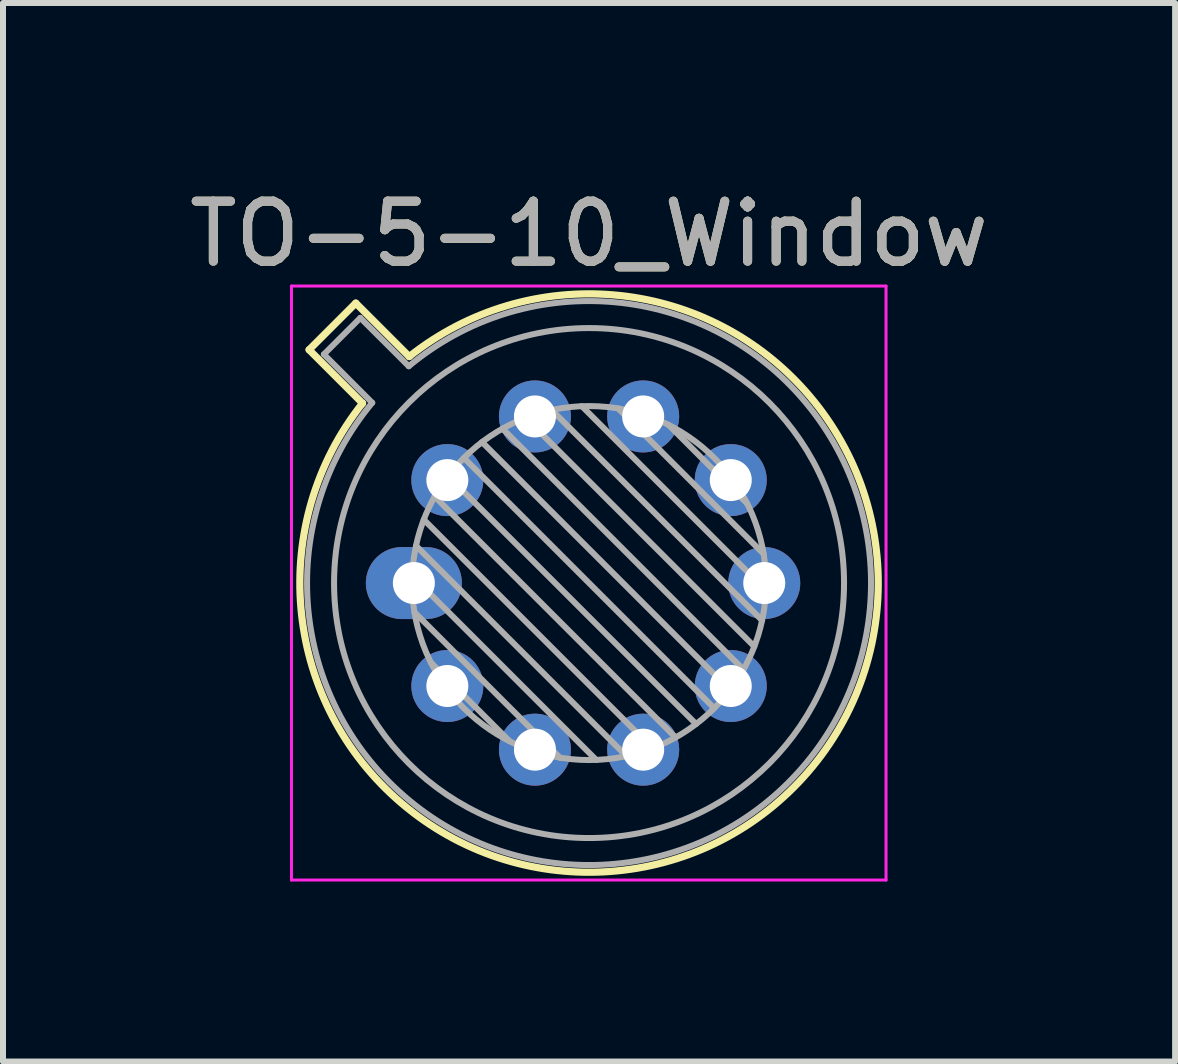
<source format=kicad_pcb>
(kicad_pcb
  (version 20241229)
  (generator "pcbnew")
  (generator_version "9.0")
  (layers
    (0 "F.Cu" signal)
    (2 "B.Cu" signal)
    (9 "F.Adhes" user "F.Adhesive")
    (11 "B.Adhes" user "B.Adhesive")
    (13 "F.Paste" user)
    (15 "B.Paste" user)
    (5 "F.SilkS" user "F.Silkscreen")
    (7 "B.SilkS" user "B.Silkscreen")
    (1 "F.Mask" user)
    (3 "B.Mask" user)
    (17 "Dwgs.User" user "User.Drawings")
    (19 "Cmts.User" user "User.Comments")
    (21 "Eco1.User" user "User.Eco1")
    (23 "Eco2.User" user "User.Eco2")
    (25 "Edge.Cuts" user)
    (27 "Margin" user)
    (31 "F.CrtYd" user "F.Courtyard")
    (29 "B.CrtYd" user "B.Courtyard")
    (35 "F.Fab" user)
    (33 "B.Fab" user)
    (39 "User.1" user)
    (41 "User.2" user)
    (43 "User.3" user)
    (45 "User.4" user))
  (footprint "TO-5-10_Window"
    (layer "F.Cu")
    (at 3.848 6.668)
    (property "Reference" "TO-5-10_Window" (at 2.92 -5.82 0) (layer "F.SilkS") (effects (font (size 1 1) (thickness 0.15))))
    (attr through_hole)
    (fp_line (start -1.746 -3.888) (end -0.855 -2.997) (stroke (width 0.12) (type solid)) (layer "F.SilkS"))
    (fp_line (start -0.968 -4.666) (end -1.746 -3.888) (stroke (width 0.12) (type solid)) (layer "F.SilkS"))
    (fp_line (start -0.077 -3.775) (end -0.968 -4.666) (stroke (width 0.12) (type solid)) (layer "F.SilkS"))
    (fp_arc (start -0.077084 -3.774902) (mid 6.328125 3.408384) (end -0.854674 -2.997371) (stroke (width 0.12) (type solid)) (layer "F.SilkS"))
    (fp_line (start -2.04 -4.95) (end -2.04 4.95) (stroke (width 0.05) (type solid)) (layer "F.CrtYd"))
    (fp_line (start -2.04 4.95) (end 7.87 4.95) (stroke (width 0.05) (type solid)) (layer "F.CrtYd"))
    (fp_line (start 7.87 -4.95) (end -2.04 -4.95) (stroke (width 0.05) (type solid)) (layer "F.CrtYd"))
    (fp_line (start 7.87 4.95) (end 7.87 -4.95) (stroke (width 0.05) (type solid)) (layer "F.CrtYd"))
    (fp_line (start -1.5 -3.812) (end -0.694 -3.005) (stroke (width 0.1) (type solid)) (layer "F.Fab"))
    (fp_line (start -0.892 -4.42) (end -1.5 -3.812) (stroke (width 0.1) (type solid)) (layer "F.Fab"))
    (fp_line (start -0.085 -3.614) (end -0.892 -4.42) (stroke (width 0.1) (type solid)) (layer "F.Fab"))
    (fp_line (start -0.028 -0.12) (end 3.04 2.948) (stroke (width 0.1) (type solid)) (layer "F.Fab"))
    (fp_line (start 0.009 0.485) (end 2.435 2.911) (stroke (width 0.1) (type solid)) (layer "F.Fab"))
    (fp_line (start 0.036 -0.622) (end 3.542 2.884) (stroke (width 0.1) (type solid)) (layer "F.Fab"))
    (fp_line (start 0.165 -1.058) (end 3.978 2.755) (stroke (width 0.1) (type solid)) (layer "F.Fab"))
    (fp_line (start 0.283 1.324) (end 1.596 2.637) (stroke (width 0.1) (type solid)) (layer "F.Fab"))
    (fp_line (start 0.346 -1.443) (end 4.363 2.574) (stroke (width 0.1) (type solid)) (layer "F.Fab"))
    (fp_line (start 0.57 -1.784) (end 4.704 2.35) (stroke (width 0.1) (type solid)) (layer "F.Fab"))
    (fp_line (start 0.834 -2.086) (end 5.006 2.086) (stroke (width 0.1) (type solid)) (layer "F.Fab"))
    (fp_line (start 1.136 -2.35) (end 5.27 1.784) (stroke (width 0.1) (type solid)) (layer "F.Fab"))
    (fp_line (start 1.477 -2.574) (end 5.494 1.443) (stroke (width 0.1) (type solid)) (layer "F.Fab"))
    (fp_line (start 1.862 -2.755) (end 5.675 1.058) (stroke (width 0.1) (type solid)) (layer "F.Fab"))
    (fp_line (start 2.298 -2.884) (end 5.804 0.622) (stroke (width 0.1) (type solid)) (layer "F.Fab"))
    (fp_line (start 2.8 -2.948) (end 5.868 0.12) (stroke (width 0.1) (type solid)) (layer "F.Fab"))
    (fp_line (start 3.405 -2.911) (end 5.831 -0.485) (stroke (width 0.1) (type solid)) (layer "F.Fab"))
    (fp_line (start 4.244 -2.637) (end 5.557 -1.324) (stroke (width 0.1) (type solid)) (layer "F.Fab"))
    (fp_arc (start -0.085408 -3.61352) (mid 6.243443 3.323361) (end -0.693594 -3.005319) (stroke (width 0.1) (type solid)) (layer "F.Fab"))
    (fp_circle (center 2.92 0) (end 5.87 0) (stroke (width 0.1) (type solid)) (fill no) (layer "F.Fab"))
    (fp_circle (center 2.92 0) (end 7.17 0) (stroke (width 0.1) (type solid)) (fill no) (layer "F.Fab"))
    (fp_text user "${REFERENCE}" (at 2.92 -5.82 0) (layer "F.Fab") (effects (font (size 1 1) (thickness 0.15))))
    (pad "1" thru_hole oval (at 0 0) (size 1.6 1.2) (drill 0.7) (layers "*.Cu" "*.Mask"))
    (pad "2" thru_hole oval (at 0.558 1.716) (size 1.2 1.2) (drill 0.7) (layers "*.Cu" "*.Mask"))
    (pad "3" thru_hole oval (at 2.018 2.777) (size 1.2 1.2) (drill 0.7) (layers "*.Cu" "*.Mask"))
    (pad "4" thru_hole oval (at 3.822 2.777) (size 1.2 1.2) (drill 0.7) (layers "*.Cu" "*.Mask"))
    (pad "5" thru_hole oval (at 5.282 1.716) (size 1.2 1.2) (drill 0.7) (layers "*.Cu" "*.Mask"))
    (pad "6" thru_hole oval (at 5.84 0) (size 1.2 1.2) (drill 0.7) (layers "*.Cu" "*.Mask"))
    (pad "7" thru_hole oval (at 5.282 -1.716) (size 1.2 1.2) (drill 0.7) (layers "*.Cu" "*.Mask"))
    (pad "8" thru_hole oval (at 3.822 -2.777) (size 1.2 1.2) (drill 0.7) (layers "*.Cu" "*.Mask"))
    (pad "9" thru_hole oval (at 2.018 -2.777) (size 1.2 1.2) (drill 0.7) (layers "*.Cu" "*.Mask"))
    (pad "10" thru_hole oval (at 0.558 -1.716) (size 1.2 1.2) (drill 0.7) (layers "*.Cu" "*.Mask")))
  (gr_rect
    (start -3 -3)
    (end 16.536 14.643)
    (stroke (width 0.1) (type default))
    (fill no)
    (layer "Edge.Cuts")))
</source>
